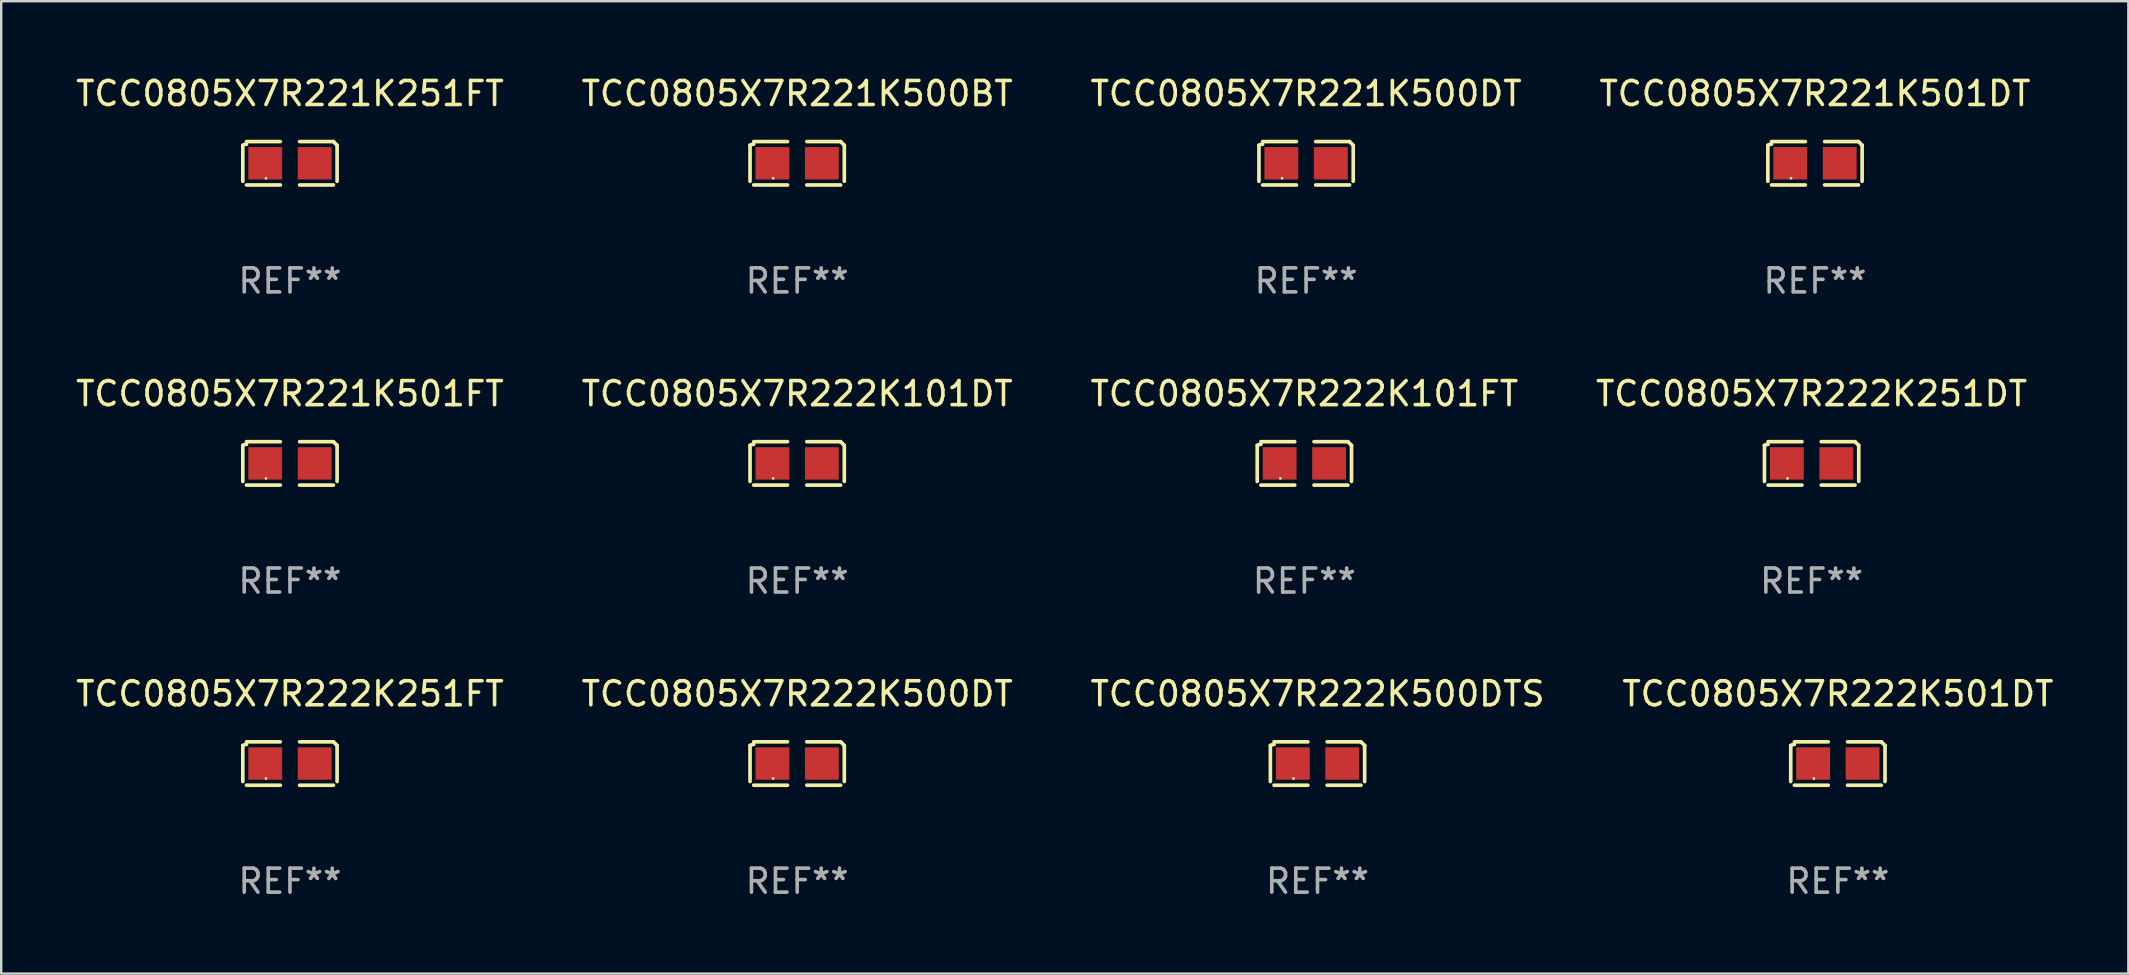
<source format=kicad_pcb>
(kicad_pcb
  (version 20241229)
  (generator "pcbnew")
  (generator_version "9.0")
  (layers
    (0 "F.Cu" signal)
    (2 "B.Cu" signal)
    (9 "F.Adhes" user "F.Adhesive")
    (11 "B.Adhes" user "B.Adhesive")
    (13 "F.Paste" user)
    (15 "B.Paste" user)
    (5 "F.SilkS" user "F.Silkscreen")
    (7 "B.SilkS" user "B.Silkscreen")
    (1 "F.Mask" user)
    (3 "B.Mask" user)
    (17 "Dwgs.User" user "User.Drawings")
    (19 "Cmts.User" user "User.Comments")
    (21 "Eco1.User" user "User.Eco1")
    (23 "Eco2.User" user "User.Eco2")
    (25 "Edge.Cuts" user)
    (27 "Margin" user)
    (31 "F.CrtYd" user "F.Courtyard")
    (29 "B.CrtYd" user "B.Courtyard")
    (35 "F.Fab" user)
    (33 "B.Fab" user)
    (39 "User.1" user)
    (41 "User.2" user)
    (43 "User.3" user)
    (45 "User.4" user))
  (footprint "TCC0805X7R222K500DT"
    (layer "F.Cu")
    (at 30.161 28.759)
    (property "Reference" "TCC0805X7R222K500DT" (at 0 -2.904 0) (layer "F.SilkS") (effects (font (size 1 1) (thickness 0.15))))
    (attr through_hole)
    (fp_line (start -1.964 0.751) (end -1.964 -0.751) (stroke (width 0.152) (type solid)) (layer "F.SilkS"))
    (fp_line (start -1.811 -0.904) (end -0.401 -0.904) (stroke (width 0.152) (type solid)) (layer "F.SilkS"))
    (fp_line (start -0.401 0.904) (end -1.811 0.904) (stroke (width 0.152) (type solid)) (layer "F.SilkS"))
    (fp_line (start 0.401 0.904) (end 1.811 0.904) (stroke (width 0.152) (type solid)) (layer "F.SilkS"))
    (fp_line (start 1.811 -0.904) (end 0.401 -0.904) (stroke (width 0.152) (type solid)) (layer "F.SilkS"))
    (fp_line (start 1.964 0.751) (end 1.964 -0.751) (stroke (width 0.152) (type solid)) (layer "F.SilkS"))
    (fp_arc (start -1.963602 -0.751207) (mid -1.890354 -0.783131) (end -1.811201 -0.794044) (stroke (width 0.1524) (type solid)) (layer "F.SilkS"))
    (fp_arc (start 1.811202 -0.903607) (mid 1.887413 -0.827418) (end 1.963602 -0.751207) (stroke (width 0.1524) (type solid)) (layer "F.SilkS"))
    (fp_circle (center -1 0.625) (end -0.97 0.625) (stroke (width 0.06) (type solid)) (fill no) (layer "F.SilkS"))
    (fp_text user "REF**" (at 0 4.904 0) (layer "F.Fab") (effects (font (size 1 1) (thickness 0.15))))
    (pad "1" smd rect (at -1.03 0) (size 1.41 1.35) (layers "F.Cu" "F.Mask" "F.Paste"))
    (pad "2" smd rect (at 1.03 0) (size 1.41 1.35) (layers "F.Cu" "F.Mask" "F.Paste")))
  (footprint "TCC0805X7R222K251FT"
    (layer "F.Cu")
    (at 9.03 28.759)
    (property "Reference" "TCC0805X7R222K251FT" (at 0 -2.904 0) (layer "F.SilkS") (effects (font (size 1 1) (thickness 0.15))))
    (attr through_hole)
    (fp_line (start -1.964 0.751) (end -1.964 -0.751) (stroke (width 0.152) (type solid)) (layer "F.SilkS"))
    (fp_line (start -1.811 -0.904) (end -0.401 -0.904) (stroke (width 0.152) (type solid)) (layer "F.SilkS"))
    (fp_line (start -0.401 0.904) (end -1.811 0.904) (stroke (width 0.152) (type solid)) (layer "F.SilkS"))
    (fp_line (start 0.401 0.904) (end 1.811 0.904) (stroke (width 0.152) (type solid)) (layer "F.SilkS"))
    (fp_line (start 1.811 -0.904) (end 0.401 -0.904) (stroke (width 0.152) (type solid)) (layer "F.SilkS"))
    (fp_line (start 1.964 0.751) (end 1.964 -0.751) (stroke (width 0.152) (type solid)) (layer "F.SilkS"))
    (fp_arc (start -1.963602 -0.751207) (mid -1.890354 -0.783131) (end -1.811201 -0.794044) (stroke (width 0.1524) (type solid)) (layer "F.SilkS"))
    (fp_arc (start 1.811202 -0.903607) (mid 1.887413 -0.827418) (end 1.963602 -0.751207) (stroke (width 0.1524) (type solid)) (layer "F.SilkS"))
    (fp_circle (center -1 0.625) (end -0.97 0.625) (stroke (width 0.06) (type solid)) (fill no) (layer "F.SilkS"))
    (fp_text user "REF**" (at 0 4.904 0) (layer "F.Fab") (effects (font (size 1 1) (thickness 0.15))))
    (pad "1" smd rect (at -1.03 0) (size 1.41 1.35) (layers "F.Cu" "F.Mask" "F.Paste"))
    (pad "2" smd rect (at 1.03 0) (size 1.41 1.35) (layers "F.Cu" "F.Mask" "F.Paste")))
  (footprint "TCC0805X7R222K101DT"
    (layer "F.Cu")
    (at 30.161 16.256)
    (property "Reference" "TCC0805X7R222K101DT" (at 0 -2.904 0) (layer "F.SilkS") (effects (font (size 1 1) (thickness 0.15))))
    (attr through_hole)
    (fp_line (start -1.964 0.751) (end -1.964 -0.751) (stroke (width 0.152) (type solid)) (layer "F.SilkS"))
    (fp_line (start -1.811 -0.904) (end -0.401 -0.904) (stroke (width 0.152) (type solid)) (layer "F.SilkS"))
    (fp_line (start -0.401 0.904) (end -1.811 0.904) (stroke (width 0.152) (type solid)) (layer "F.SilkS"))
    (fp_line (start 0.401 0.904) (end 1.811 0.904) (stroke (width 0.152) (type solid)) (layer "F.SilkS"))
    (fp_line (start 1.811 -0.904) (end 0.401 -0.904) (stroke (width 0.152) (type solid)) (layer "F.SilkS"))
    (fp_line (start 1.964 0.751) (end 1.964 -0.751) (stroke (width 0.152) (type solid)) (layer "F.SilkS"))
    (fp_arc (start -1.963602 -0.751207) (mid -1.890354 -0.783131) (end -1.811201 -0.794044) (stroke (width 0.1524) (type solid)) (layer "F.SilkS"))
    (fp_arc (start 1.811202 -0.903607) (mid 1.887413 -0.827418) (end 1.963602 -0.751207) (stroke (width 0.1524) (type solid)) (layer "F.SilkS"))
    (fp_circle (center -1 0.625) (end -0.97 0.625) (stroke (width 0.06) (type solid)) (fill no) (layer "F.SilkS"))
    (fp_text user "REF**" (at 0 4.904 0) (layer "F.Fab") (effects (font (size 1 1) (thickness 0.15))))
    (pad "1" smd rect (at -1.03 0) (size 1.41 1.35) (layers "F.Cu" "F.Mask" "F.Paste"))
    (pad "2" smd rect (at 1.03 0) (size 1.41 1.35) (layers "F.Cu" "F.Mask" "F.Paste")))
  (footprint "TCC0805X7R221K501FT"
    (layer "F.Cu")
    (at 9.03 16.256)
    (property "Reference" "TCC0805X7R221K501FT" (at 0 -2.904 0) (layer "F.SilkS") (effects (font (size 1 1) (thickness 0.15))))
    (attr through_hole)
    (fp_line (start -1.964 0.751) (end -1.964 -0.751) (stroke (width 0.152) (type solid)) (layer "F.SilkS"))
    (fp_line (start -1.811 -0.904) (end -0.401 -0.904) (stroke (width 0.152) (type solid)) (layer "F.SilkS"))
    (fp_line (start -0.401 0.904) (end -1.811 0.904) (stroke (width 0.152) (type solid)) (layer "F.SilkS"))
    (fp_line (start 0.401 0.904) (end 1.811 0.904) (stroke (width 0.152) (type solid)) (layer "F.SilkS"))
    (fp_line (start 1.811 -0.904) (end 0.401 -0.904) (stroke (width 0.152) (type solid)) (layer "F.SilkS"))
    (fp_line (start 1.964 0.751) (end 1.964 -0.751) (stroke (width 0.152) (type solid)) (layer "F.SilkS"))
    (fp_arc (start -1.963602 -0.751207) (mid -1.890354 -0.783131) (end -1.811201 -0.794044) (stroke (width 0.1524) (type solid)) (layer "F.SilkS"))
    (fp_arc (start 1.811202 -0.903607) (mid 1.887413 -0.827418) (end 1.963602 -0.751207) (stroke (width 0.1524) (type solid)) (layer "F.SilkS"))
    (fp_circle (center -1 0.625) (end -0.97 0.625) (stroke (width 0.06) (type solid)) (fill no) (layer "F.SilkS"))
    (fp_text user "REF**" (at 0 4.904 0) (layer "F.Fab") (effects (font (size 1 1) (thickness 0.15))))
    (pad "1" smd rect (at -1.03 0) (size 1.41 1.35) (layers "F.Cu" "F.Mask" "F.Paste"))
    (pad "2" smd rect (at 1.03 0) (size 1.41 1.35) (layers "F.Cu" "F.Mask" "F.Paste")))
  (footprint "TCC0805X7R221K500BT"
    (layer "F.Cu")
    (at 30.161 3.752)
    (property "Reference" "TCC0805X7R221K500BT" (at 0 -2.904 0) (layer "F.SilkS") (effects (font (size 1 1) (thickness 0.15))))
    (attr through_hole)
    (fp_line (start -1.964 0.751) (end -1.964 -0.751) (stroke (width 0.152) (type solid)) (layer "F.SilkS"))
    (fp_line (start -1.811 -0.904) (end -0.401 -0.904) (stroke (width 0.152) (type solid)) (layer "F.SilkS"))
    (fp_line (start -0.401 0.904) (end -1.811 0.904) (stroke (width 0.152) (type solid)) (layer "F.SilkS"))
    (fp_line (start 0.401 0.904) (end 1.811 0.904) (stroke (width 0.152) (type solid)) (layer "F.SilkS"))
    (fp_line (start 1.811 -0.904) (end 0.401 -0.904) (stroke (width 0.152) (type solid)) (layer "F.SilkS"))
    (fp_line (start 1.964 0.751) (end 1.964 -0.751) (stroke (width 0.152) (type solid)) (layer "F.SilkS"))
    (fp_arc (start -1.963602 -0.751207) (mid -1.890354 -0.783131) (end -1.811201 -0.794044) (stroke (width 0.1524) (type solid)) (layer "F.SilkS"))
    (fp_arc (start 1.811202 -0.903607) (mid 1.887413 -0.827418) (end 1.963602 -0.751207) (stroke (width 0.1524) (type solid)) (layer "F.SilkS"))
    (fp_circle (center -1 0.625) (end -0.97 0.625) (stroke (width 0.06) (type solid)) (fill no) (layer "F.SilkS"))
    (fp_text user "REF**" (at 0 4.904 0) (layer "F.Fab") (effects (font (size 1 1) (thickness 0.15))))
    (pad "1" smd rect (at -1.03 0) (size 1.41 1.35) (layers "F.Cu" "F.Mask" "F.Paste"))
    (pad "2" smd rect (at 1.03 0) (size 1.41 1.35) (layers "F.Cu" "F.Mask" "F.Paste")))
  (footprint "TCC0805X7R221K251FT"
    (layer "F.Cu")
    (at 9.03 3.752)
    (property "Reference" "TCC0805X7R221K251FT" (at 0 -2.904 0) (layer "F.SilkS") (effects (font (size 1 1) (thickness 0.15))))
    (attr through_hole)
    (fp_line (start -1.964 0.751) (end -1.964 -0.751) (stroke (width 0.152) (type solid)) (layer "F.SilkS"))
    (fp_line (start -1.811 -0.904) (end -0.401 -0.904) (stroke (width 0.152) (type solid)) (layer "F.SilkS"))
    (fp_line (start -0.401 0.904) (end -1.811 0.904) (stroke (width 0.152) (type solid)) (layer "F.SilkS"))
    (fp_line (start 0.401 0.904) (end 1.811 0.904) (stroke (width 0.152) (type solid)) (layer "F.SilkS"))
    (fp_line (start 1.811 -0.904) (end 0.401 -0.904) (stroke (width 0.152) (type solid)) (layer "F.SilkS"))
    (fp_line (start 1.964 0.751) (end 1.964 -0.751) (stroke (width 0.152) (type solid)) (layer "F.SilkS"))
    (fp_arc (start -1.963602 -0.751207) (mid -1.890354 -0.783131) (end -1.811201 -0.794044) (stroke (width 0.1524) (type solid)) (layer "F.SilkS"))
    (fp_arc (start 1.811202 -0.903607) (mid 1.887413 -0.827418) (end 1.963602 -0.751207) (stroke (width 0.1524) (type solid)) (layer "F.SilkS"))
    (fp_circle (center -1 0.625) (end -0.97 0.625) (stroke (width 0.06) (type solid)) (fill no) (layer "F.SilkS"))
    (fp_text user "REF**" (at 0 4.904 0) (layer "F.Fab") (effects (font (size 1 1) (thickness 0.15))))
    (pad "1" smd rect (at -1.03 0) (size 1.41 1.35) (layers "F.Cu" "F.Mask" "F.Paste"))
    (pad "2" smd rect (at 1.03 0) (size 1.41 1.35) (layers "F.Cu" "F.Mask" "F.Paste")))
  (footprint "TCC0805X7R221K501DT"
    (layer "F.Cu")
    (at 72.565 3.752)
    (property "Reference" "TCC0805X7R221K501DT" (at 0 -2.904 0) (layer "F.SilkS") (effects (font (size 1 1) (thickness 0.15))))
    (attr through_hole)
    (fp_line (start -1.964 0.751) (end -1.964 -0.751) (stroke (width 0.152) (type solid)) (layer "F.SilkS"))
    (fp_line (start -1.811 -0.904) (end -0.401 -0.904) (stroke (width 0.152) (type solid)) (layer "F.SilkS"))
    (fp_line (start -0.401 0.904) (end -1.811 0.904) (stroke (width 0.152) (type solid)) (layer "F.SilkS"))
    (fp_line (start 0.401 0.904) (end 1.811 0.904) (stroke (width 0.152) (type solid)) (layer "F.SilkS"))
    (fp_line (start 1.811 -0.904) (end 0.401 -0.904) (stroke (width 0.152) (type solid)) (layer "F.SilkS"))
    (fp_line (start 1.964 0.751) (end 1.964 -0.751) (stroke (width 0.152) (type solid)) (layer "F.SilkS"))
    (fp_arc (start -1.963602 -0.751207) (mid -1.890354 -0.783131) (end -1.811201 -0.794044) (stroke (width 0.1524) (type solid)) (layer "F.SilkS"))
    (fp_arc (start 1.811202 -0.903607) (mid 1.887413 -0.827418) (end 1.963602 -0.751207) (stroke (width 0.1524) (type solid)) (layer "F.SilkS"))
    (fp_circle (center -1 0.625) (end -0.97 0.625) (stroke (width 0.06) (type solid)) (fill no) (layer "F.SilkS"))
    (fp_text user "REF**" (at 0 4.904 0) (layer "F.Fab") (effects (font (size 1 1) (thickness 0.15))))
    (pad "1" smd rect (at -1.03 0) (size 1.41 1.35) (layers "F.Cu" "F.Mask" "F.Paste"))
    (pad "2" smd rect (at 1.03 0) (size 1.41 1.35) (layers "F.Cu" "F.Mask" "F.Paste")))
  (footprint "TCC0805X7R222K251DT"
    (layer "F.Cu")
    (at 72.423 16.256)
    (property "Reference" "TCC0805X7R222K251DT" (at 0 -2.904 0) (layer "F.SilkS") (effects (font (size 1 1) (thickness 0.15))))
    (attr through_hole)
    (fp_line (start -1.964 0.751) (end -1.964 -0.751) (stroke (width 0.152) (type solid)) (layer "F.SilkS"))
    (fp_line (start -1.811 -0.904) (end -0.401 -0.904) (stroke (width 0.152) (type solid)) (layer "F.SilkS"))
    (fp_line (start -0.401 0.904) (end -1.811 0.904) (stroke (width 0.152) (type solid)) (layer "F.SilkS"))
    (fp_line (start 0.401 0.904) (end 1.811 0.904) (stroke (width 0.152) (type solid)) (layer "F.SilkS"))
    (fp_line (start 1.811 -0.904) (end 0.401 -0.904) (stroke (width 0.152) (type solid)) (layer "F.SilkS"))
    (fp_line (start 1.964 0.751) (end 1.964 -0.751) (stroke (width 0.152) (type solid)) (layer "F.SilkS"))
    (fp_arc (start -1.963602 -0.751207) (mid -1.890354 -0.783131) (end -1.811201 -0.794044) (stroke (width 0.1524) (type solid)) (layer "F.SilkS"))
    (fp_arc (start 1.811202 -0.903607) (mid 1.887413 -0.827418) (end 1.963602 -0.751207) (stroke (width 0.1524) (type solid)) (layer "F.SilkS"))
    (fp_circle (center -1 0.625) (end -0.97 0.625) (stroke (width 0.06) (type solid)) (fill no) (layer "F.SilkS"))
    (fp_text user "REF**" (at 0 4.904 0) (layer "F.Fab") (effects (font (size 1 1) (thickness 0.15))))
    (pad "1" smd rect (at -1.03 0) (size 1.41 1.35) (layers "F.Cu" "F.Mask" "F.Paste"))
    (pad "2" smd rect (at 1.03 0) (size 1.41 1.35) (layers "F.Cu" "F.Mask" "F.Paste")))
  (footprint "TCC0805X7R222K101FT"
    (layer "F.Cu")
    (at 51.292 16.256)
    (property "Reference" "TCC0805X7R222K101FT" (at 0 -2.904 0) (layer "F.SilkS") (effects (font (size 1 1) (thickness 0.15))))
    (attr through_hole)
    (fp_line (start -1.964 0.751) (end -1.964 -0.751) (stroke (width 0.152) (type solid)) (layer "F.SilkS"))
    (fp_line (start -1.811 -0.904) (end -0.401 -0.904) (stroke (width 0.152) (type solid)) (layer "F.SilkS"))
    (fp_line (start -0.401 0.904) (end -1.811 0.904) (stroke (width 0.152) (type solid)) (layer "F.SilkS"))
    (fp_line (start 0.401 0.904) (end 1.811 0.904) (stroke (width 0.152) (type solid)) (layer "F.SilkS"))
    (fp_line (start 1.811 -0.904) (end 0.401 -0.904) (stroke (width 0.152) (type solid)) (layer "F.SilkS"))
    (fp_line (start 1.964 0.751) (end 1.964 -0.751) (stroke (width 0.152) (type solid)) (layer "F.SilkS"))
    (fp_arc (start -1.963602 -0.751207) (mid -1.890354 -0.783131) (end -1.811201 -0.794044) (stroke (width 0.1524) (type solid)) (layer "F.SilkS"))
    (fp_arc (start 1.811202 -0.903607) (mid 1.887413 -0.827418) (end 1.963602 -0.751207) (stroke (width 0.1524) (type solid)) (layer "F.SilkS"))
    (fp_circle (center -1 0.625) (end -0.97 0.625) (stroke (width 0.06) (type solid)) (fill no) (layer "F.SilkS"))
    (fp_text user "REF**" (at 0 4.904 0) (layer "F.Fab") (effects (font (size 1 1) (thickness 0.15))))
    (pad "1" smd rect (at -1.03 0) (size 1.41 1.35) (layers "F.Cu" "F.Mask" "F.Paste"))
    (pad "2" smd rect (at 1.03 0) (size 1.41 1.35) (layers "F.Cu" "F.Mask" "F.Paste")))
  (footprint "TCC0805X7R222K500DTS"
    (layer "F.Cu")
    (at 51.839 28.759)
    (property "Reference" "TCC0805X7R222K500DTS" (at 0 -2.904 0) (layer "F.SilkS") (effects (font (size 1 1) (thickness 0.15))))
    (attr through_hole)
    (fp_line (start -1.964 0.751) (end -1.964 -0.751) (stroke (width 0.152) (type solid)) (layer "F.SilkS"))
    (fp_line (start -1.811 -0.904) (end -0.401 -0.904) (stroke (width 0.152) (type solid)) (layer "F.SilkS"))
    (fp_line (start -0.401 0.904) (end -1.811 0.904) (stroke (width 0.152) (type solid)) (layer "F.SilkS"))
    (fp_line (start 0.401 0.904) (end 1.811 0.904) (stroke (width 0.152) (type solid)) (layer "F.SilkS"))
    (fp_line (start 1.811 -0.904) (end 0.401 -0.904) (stroke (width 0.152) (type solid)) (layer "F.SilkS"))
    (fp_line (start 1.964 0.751) (end 1.964 -0.751) (stroke (width 0.152) (type solid)) (layer "F.SilkS"))
    (fp_arc (start -1.963602 -0.751207) (mid -1.890354 -0.783131) (end -1.811201 -0.794044) (stroke (width 0.1524) (type solid)) (layer "F.SilkS"))
    (fp_arc (start 1.811202 -0.903607) (mid 1.887413 -0.827418) (end 1.963602 -0.751207) (stroke (width 0.1524) (type solid)) (layer "F.SilkS"))
    (fp_circle (center -1 0.625) (end -0.97 0.625) (stroke (width 0.06) (type solid)) (fill no) (layer "F.SilkS"))
    (fp_text user "REF**" (at 0 4.904 0) (layer "F.Fab") (effects (font (size 1 1) (thickness 0.15))))
    (pad "1" smd rect (at -1.03 0) (size 1.41 1.35) (layers "F.Cu" "F.Mask" "F.Paste"))
    (pad "2" smd rect (at 1.03 0) (size 1.41 1.35) (layers "F.Cu" "F.Mask" "F.Paste")))
  (footprint "TCC0805X7R221K500DT"
    (layer "F.Cu")
    (at 51.363 3.752)
    (property "Reference" "TCC0805X7R221K500DT" (at 0 -2.904 0) (layer "F.SilkS") (effects (font (size 1 1) (thickness 0.15))))
    (attr through_hole)
    (fp_line (start -1.964 0.751) (end -1.964 -0.751) (stroke (width 0.152) (type solid)) (layer "F.SilkS"))
    (fp_line (start -1.811 -0.904) (end -0.401 -0.904) (stroke (width 0.152) (type solid)) (layer "F.SilkS"))
    (fp_line (start -0.401 0.904) (end -1.811 0.904) (stroke (width 0.152) (type solid)) (layer "F.SilkS"))
    (fp_line (start 0.401 0.904) (end 1.811 0.904) (stroke (width 0.152) (type solid)) (layer "F.SilkS"))
    (fp_line (start 1.811 -0.904) (end 0.401 -0.904) (stroke (width 0.152) (type solid)) (layer "F.SilkS"))
    (fp_line (start 1.964 0.751) (end 1.964 -0.751) (stroke (width 0.152) (type solid)) (layer "F.SilkS"))
    (fp_arc (start -1.963602 -0.751207) (mid -1.890354 -0.783131) (end -1.811201 -0.794044) (stroke (width 0.1524) (type solid)) (layer "F.SilkS"))
    (fp_arc (start 1.811202 -0.903607) (mid 1.887413 -0.827418) (end 1.963602 -0.751207) (stroke (width 0.1524) (type solid)) (layer "F.SilkS"))
    (fp_circle (center -1 0.625) (end -0.97 0.625) (stroke (width 0.06) (type solid)) (fill no) (layer "F.SilkS"))
    (fp_text user "REF**" (at 0 4.904 0) (layer "F.Fab") (effects (font (size 1 1) (thickness 0.15))))
    (pad "1" smd rect (at -1.03 0) (size 1.41 1.35) (layers "F.Cu" "F.Mask" "F.Paste"))
    (pad "2" smd rect (at 1.03 0) (size 1.41 1.35) (layers "F.Cu" "F.Mask" "F.Paste")))
  (footprint "TCC0805X7R222K501DT"
    (layer "F.Cu")
    (at 73.518 28.759)
    (property "Reference" "TCC0805X7R222K501DT" (at 0 -2.904 0) (layer "F.SilkS") (effects (font (size 1 1) (thickness 0.15))))
    (attr through_hole)
    (fp_line (start -1.964 0.751) (end -1.964 -0.751) (stroke (width 0.152) (type solid)) (layer "F.SilkS"))
    (fp_line (start -1.811 -0.904) (end -0.401 -0.904) (stroke (width 0.152) (type solid)) (layer "F.SilkS"))
    (fp_line (start -0.401 0.904) (end -1.811 0.904) (stroke (width 0.152) (type solid)) (layer "F.SilkS"))
    (fp_line (start 0.401 0.904) (end 1.811 0.904) (stroke (width 0.152) (type solid)) (layer "F.SilkS"))
    (fp_line (start 1.811 -0.904) (end 0.401 -0.904) (stroke (width 0.152) (type solid)) (layer "F.SilkS"))
    (fp_line (start 1.964 0.751) (end 1.964 -0.751) (stroke (width 0.152) (type solid)) (layer "F.SilkS"))
    (fp_arc (start -1.963602 -0.751207) (mid -1.890354 -0.783131) (end -1.811201 -0.794044) (stroke (width 0.1524) (type solid)) (layer "F.SilkS"))
    (fp_arc (start 1.811202 -0.903607) (mid 1.887413 -0.827418) (end 1.963602 -0.751207) (stroke (width 0.1524) (type solid)) (layer "F.SilkS"))
    (fp_circle (center -1 0.625) (end -0.97 0.625) (stroke (width 0.06) (type solid)) (fill no) (layer "F.SilkS"))
    (fp_text user "REF**" (at 0 4.904 0) (layer "F.Fab") (effects (font (size 1 1) (thickness 0.15))))
    (pad "1" smd rect (at -1.03 0) (size 1.41 1.35) (layers "F.Cu" "F.Mask" "F.Paste"))
    (pad "2" smd rect (at 1.03 0) (size 1.41 1.35) (layers "F.Cu" "F.Mask" "F.Paste")))
  (gr_rect
    (start -3 -3)
    (end 85.619 37.511)
    (stroke (width 0.1) (type default))
    (fill no)
    (layer "Edge.Cuts")))
</source>
